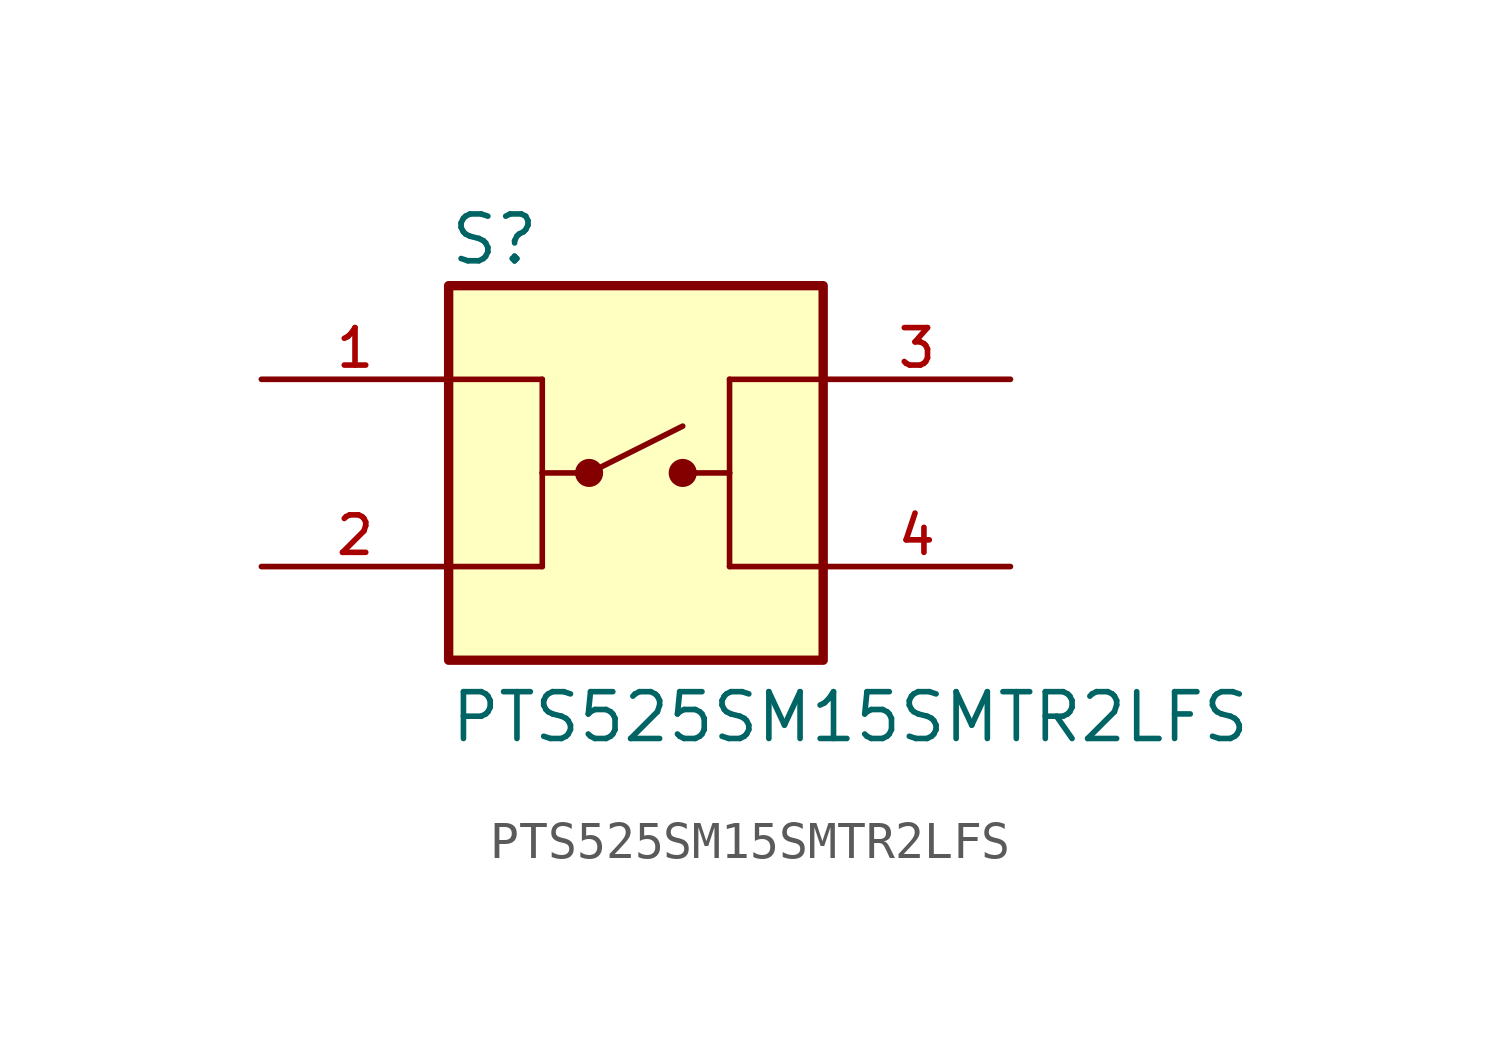
<source format=kicad_sym>
(kicad_symbol_lib
  (version 20211014)
  (generator kicad_symbol_editor)
  (symbol "PTS525SM15SMTR2LFS"
    (pin_names
      (offset 1.016))
    (property "Reference" "S"
      (at -5.084 5.592 0)
      (effects (font (size 1.27 1.27)) (justify bottom left)))
    (property "Value" "PTS525SM15SMTR2LFS"
      (at -5.081 -7.367 0)
      (effects (font (size 1.27 1.27)) (justify bottom left)))
    (symbol "PTS525SM15SMTR2LFS_0_0"
      (polyline (pts (xy -5.08 2.54) (xy -2.54 2.54)) (stroke (width 0.152)))
      (polyline (pts (xy -2.54 2.54) (xy -2.54 0.0)) (stroke (width 0.152)))
      (polyline (pts (xy -2.54 0.0) (xy -2.54 -2.54)) (stroke (width 0.152)))
      (polyline (pts (xy -2.54 -2.54) (xy -5.08 -2.54)) (stroke (width 0.152)))
      (polyline (pts (xy 5.08 2.54) (xy 2.54 2.54)) (stroke (width 0.152)))
      (polyline (pts (xy 2.54 2.54) (xy 2.54 0.0)) (stroke (width 0.152)))
      (polyline (pts (xy 2.54 0.0) (xy 2.54 -2.54)) (stroke (width 0.152)))
      (polyline (pts (xy 2.54 -2.54) (xy 5.08 -2.54)) (stroke (width 0.152)))
      (polyline (pts (xy -2.54 0.0) (xy -1.27 0.0)) (stroke (width 0.152)))
      (polyline (pts (xy -1.27 0.0) (xy 1.27 1.27)) (stroke (width 0.152)))
      (polyline (pts (xy 1.27 0.0) (xy 2.54 0.0)) (stroke (width 0.152)))
      (circle (center -1.27 0.0) (radius 0.191) (stroke (width 0.381)) (fill (type none)))
      (circle (center 1.27 0.0) (radius 0.191) (stroke (width 0.381)) (fill (type none)))
      (rectangle (start -5.08 -5.08) (end 5.08 5.08) (stroke (width 0.254)) (fill (type background)))
      (pin passive line (at -10.16 2.54 0) (length 5.08) (name "~" (effects (font (size 1.016 1.016)))) (number "1" (effects (font (size 1.016 1.016)))))
      (pin passive line (at -10.16 -2.54 0) (length 5.08) (name "~" (effects (font (size 1.016 1.016)))) (number "2" (effects (font (size 1.016 1.016)))))
      (pin passive line (at 10.16 2.54 180.0) (length 5.08) (name "~" (effects (font (size 1.016 1.016)))) (number "3" (effects (font (size 1.016 1.016)))))
      (pin passive line (at 10.16 -2.54 180.0) (length 5.08) (name "~" (effects (font (size 1.016 1.016)))) (number "4" (effects (font (size 1.016 1.016))))))))
</source>
